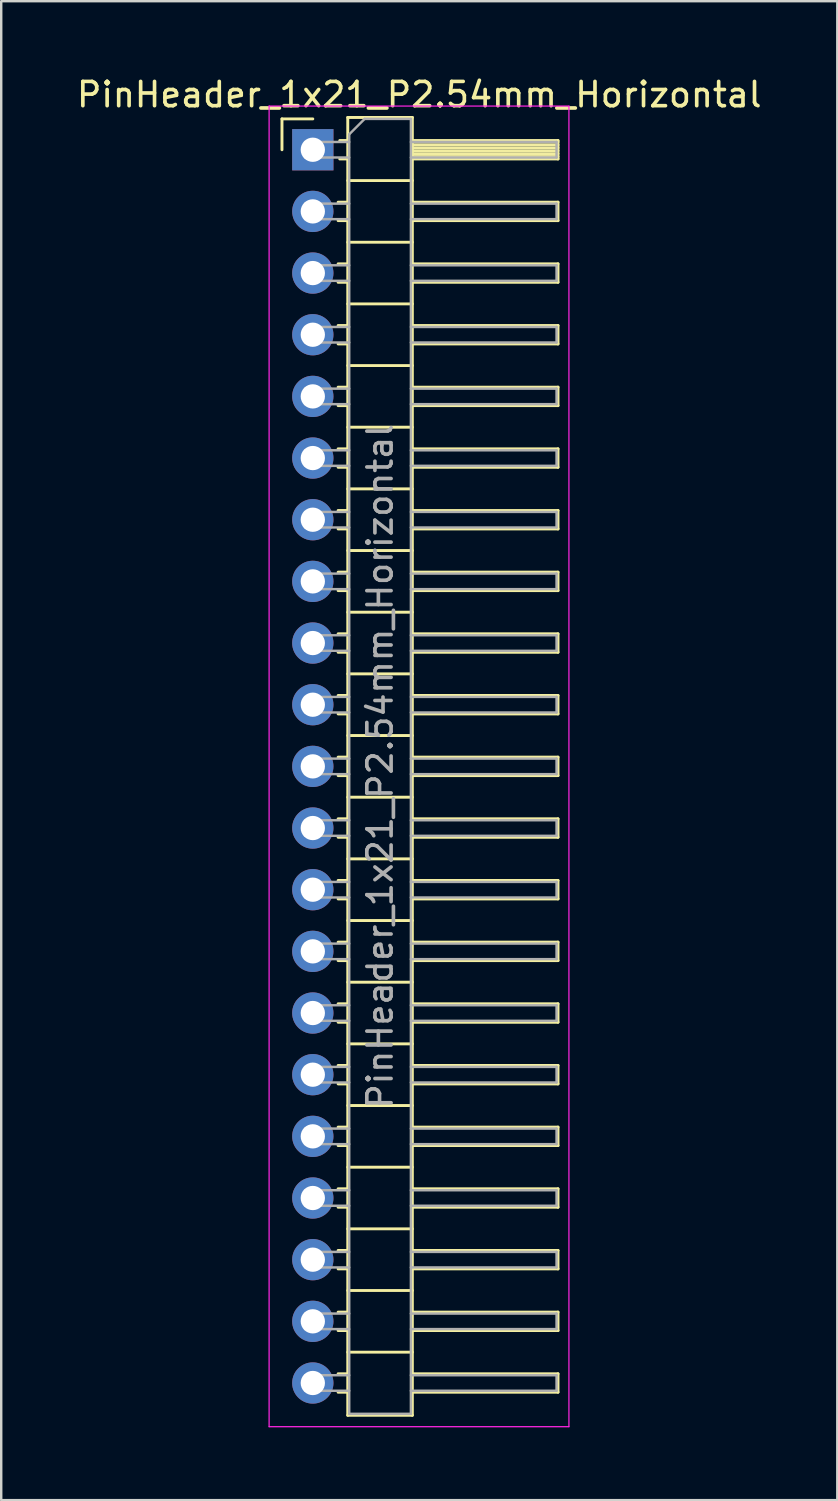
<source format=kicad_pcb>
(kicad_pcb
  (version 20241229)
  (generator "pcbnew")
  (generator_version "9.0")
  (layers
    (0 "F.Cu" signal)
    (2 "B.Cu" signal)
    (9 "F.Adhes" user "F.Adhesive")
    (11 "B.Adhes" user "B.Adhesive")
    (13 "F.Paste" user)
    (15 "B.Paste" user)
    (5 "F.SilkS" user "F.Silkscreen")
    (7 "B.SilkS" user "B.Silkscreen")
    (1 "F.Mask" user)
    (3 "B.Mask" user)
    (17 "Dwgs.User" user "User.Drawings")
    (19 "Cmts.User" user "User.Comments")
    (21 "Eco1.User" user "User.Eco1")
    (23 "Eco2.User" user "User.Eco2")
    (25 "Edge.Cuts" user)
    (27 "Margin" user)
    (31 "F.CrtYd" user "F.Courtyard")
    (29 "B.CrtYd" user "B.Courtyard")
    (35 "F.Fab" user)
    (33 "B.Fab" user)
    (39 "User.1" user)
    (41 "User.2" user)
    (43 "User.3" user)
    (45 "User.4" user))
  (footprint "PinHeader_1x21_P2.54mm_Horizontal"
    (layer "F.Cu")
    (at 9.835 3.118)
    (property "Reference" "PinHeader_1x21_P2.54mm_Horizontal" (at 4.385 -2.27 0) (layer "F.SilkS") (effects (font (size 1 1) (thickness 0.15))))
    (attr through_hole)
    (fp_line (start -1.27 -1.27) (end 0 -1.27) (stroke (width 0.12) (type solid)) (layer "F.SilkS"))
    (fp_line (start -1.27 0) (end -1.27 -1.27) (stroke (width 0.12) (type solid)) (layer "F.SilkS"))
    (fp_line (start 1.043 2.16) (end 1.44 2.16) (stroke (width 0.12) (type solid)) (layer "F.SilkS"))
    (fp_line (start 1.043 2.92) (end 1.44 2.92) (stroke (width 0.12) (type solid)) (layer "F.SilkS"))
    (fp_line (start 1.043 4.7) (end 1.44 4.7) (stroke (width 0.12) (type solid)) (layer "F.SilkS"))
    (fp_line (start 1.043 5.46) (end 1.44 5.46) (stroke (width 0.12) (type solid)) (layer "F.SilkS"))
    (fp_line (start 1.043 7.24) (end 1.44 7.24) (stroke (width 0.12) (type solid)) (layer "F.SilkS"))
    (fp_line (start 1.043 8) (end 1.44 8) (stroke (width 0.12) (type solid)) (layer "F.SilkS"))
    (fp_line (start 1.043 9.78) (end 1.44 9.78) (stroke (width 0.12) (type solid)) (layer "F.SilkS"))
    (fp_line (start 1.043 10.54) (end 1.44 10.54) (stroke (width 0.12) (type solid)) (layer "F.SilkS"))
    (fp_line (start 1.043 12.32) (end 1.44 12.32) (stroke (width 0.12) (type solid)) (layer "F.SilkS"))
    (fp_line (start 1.043 13.08) (end 1.44 13.08) (stroke (width 0.12) (type solid)) (layer "F.SilkS"))
    (fp_line (start 1.043 14.86) (end 1.44 14.86) (stroke (width 0.12) (type solid)) (layer "F.SilkS"))
    (fp_line (start 1.043 15.62) (end 1.44 15.62) (stroke (width 0.12) (type solid)) (layer "F.SilkS"))
    (fp_line (start 1.043 17.4) (end 1.44 17.4) (stroke (width 0.12) (type solid)) (layer "F.SilkS"))
    (fp_line (start 1.043 18.16) (end 1.44 18.16) (stroke (width 0.12) (type solid)) (layer "F.SilkS"))
    (fp_line (start 1.043 19.94) (end 1.44 19.94) (stroke (width 0.12) (type solid)) (layer "F.SilkS"))
    (fp_line (start 1.043 20.7) (end 1.44 20.7) (stroke (width 0.12) (type solid)) (layer "F.SilkS"))
    (fp_line (start 1.043 22.48) (end 1.44 22.48) (stroke (width 0.12) (type solid)) (layer "F.SilkS"))
    (fp_line (start 1.043 23.24) (end 1.44 23.24) (stroke (width 0.12) (type solid)) (layer "F.SilkS"))
    (fp_line (start 1.043 25.02) (end 1.44 25.02) (stroke (width 0.12) (type solid)) (layer "F.SilkS"))
    (fp_line (start 1.043 25.78) (end 1.44 25.78) (stroke (width 0.12) (type solid)) (layer "F.SilkS"))
    (fp_line (start 1.043 27.56) (end 1.44 27.56) (stroke (width 0.12) (type solid)) (layer "F.SilkS"))
    (fp_line (start 1.043 28.32) (end 1.44 28.32) (stroke (width 0.12) (type solid)) (layer "F.SilkS"))
    (fp_line (start 1.043 30.1) (end 1.44 30.1) (stroke (width 0.12) (type solid)) (layer "F.SilkS"))
    (fp_line (start 1.043 30.86) (end 1.44 30.86) (stroke (width 0.12) (type solid)) (layer "F.SilkS"))
    (fp_line (start 1.043 32.64) (end 1.44 32.64) (stroke (width 0.12) (type solid)) (layer "F.SilkS"))
    (fp_line (start 1.043 33.4) (end 1.44 33.4) (stroke (width 0.12) (type solid)) (layer "F.SilkS"))
    (fp_line (start 1.043 35.18) (end 1.44 35.18) (stroke (width 0.12) (type solid)) (layer "F.SilkS"))
    (fp_line (start 1.043 35.94) (end 1.44 35.94) (stroke (width 0.12) (type solid)) (layer "F.SilkS"))
    (fp_line (start 1.043 37.72) (end 1.44 37.72) (stroke (width 0.12) (type solid)) (layer "F.SilkS"))
    (fp_line (start 1.043 38.48) (end 1.44 38.48) (stroke (width 0.12) (type solid)) (layer "F.SilkS"))
    (fp_line (start 1.043 40.26) (end 1.44 40.26) (stroke (width 0.12) (type solid)) (layer "F.SilkS"))
    (fp_line (start 1.043 41.02) (end 1.44 41.02) (stroke (width 0.12) (type solid)) (layer "F.SilkS"))
    (fp_line (start 1.043 42.8) (end 1.44 42.8) (stroke (width 0.12) (type solid)) (layer "F.SilkS"))
    (fp_line (start 1.043 43.56) (end 1.44 43.56) (stroke (width 0.12) (type solid)) (layer "F.SilkS"))
    (fp_line (start 1.043 45.34) (end 1.44 45.34) (stroke (width 0.12) (type solid)) (layer "F.SilkS"))
    (fp_line (start 1.043 46.1) (end 1.44 46.1) (stroke (width 0.12) (type solid)) (layer "F.SilkS"))
    (fp_line (start 1.043 47.88) (end 1.44 47.88) (stroke (width 0.12) (type solid)) (layer "F.SilkS"))
    (fp_line (start 1.043 48.64) (end 1.44 48.64) (stroke (width 0.12) (type solid)) (layer "F.SilkS"))
    (fp_line (start 1.043 50.42) (end 1.44 50.42) (stroke (width 0.12) (type solid)) (layer "F.SilkS"))
    (fp_line (start 1.043 51.18) (end 1.44 51.18) (stroke (width 0.12) (type solid)) (layer "F.SilkS"))
    (fp_line (start 1.11 -0.38) (end 1.44 -0.38) (stroke (width 0.12) (type solid)) (layer "F.SilkS"))
    (fp_line (start 1.11 0.38) (end 1.44 0.38) (stroke (width 0.12) (type solid)) (layer "F.SilkS"))
    (fp_line (start 1.44 -1.33) (end 1.44 52.13) (stroke (width 0.12) (type solid)) (layer "F.SilkS"))
    (fp_line (start 1.44 1.27) (end 4.1 1.27) (stroke (width 0.12) (type solid)) (layer "F.SilkS"))
    (fp_line (start 1.44 3.81) (end 4.1 3.81) (stroke (width 0.12) (type solid)) (layer "F.SilkS"))
    (fp_line (start 1.44 6.35) (end 4.1 6.35) (stroke (width 0.12) (type solid)) (layer "F.SilkS"))
    (fp_line (start 1.44 8.89) (end 4.1 8.89) (stroke (width 0.12) (type solid)) (layer "F.SilkS"))
    (fp_line (start 1.44 11.43) (end 4.1 11.43) (stroke (width 0.12) (type solid)) (layer "F.SilkS"))
    (fp_line (start 1.44 13.97) (end 4.1 13.97) (stroke (width 0.12) (type solid)) (layer "F.SilkS"))
    (fp_line (start 1.44 16.51) (end 4.1 16.51) (stroke (width 0.12) (type solid)) (layer "F.SilkS"))
    (fp_line (start 1.44 19.05) (end 4.1 19.05) (stroke (width 0.12) (type solid)) (layer "F.SilkS"))
    (fp_line (start 1.44 21.59) (end 4.1 21.59) (stroke (width 0.12) (type solid)) (layer "F.SilkS"))
    (fp_line (start 1.44 24.13) (end 4.1 24.13) (stroke (width 0.12) (type solid)) (layer "F.SilkS"))
    (fp_line (start 1.44 26.67) (end 4.1 26.67) (stroke (width 0.12) (type solid)) (layer "F.SilkS"))
    (fp_line (start 1.44 29.21) (end 4.1 29.21) (stroke (width 0.12) (type solid)) (layer "F.SilkS"))
    (fp_line (start 1.44 31.75) (end 4.1 31.75) (stroke (width 0.12) (type solid)) (layer "F.SilkS"))
    (fp_line (start 1.44 34.29) (end 4.1 34.29) (stroke (width 0.12) (type solid)) (layer "F.SilkS"))
    (fp_line (start 1.44 36.83) (end 4.1 36.83) (stroke (width 0.12) (type solid)) (layer "F.SilkS"))
    (fp_line (start 1.44 39.37) (end 4.1 39.37) (stroke (width 0.12) (type solid)) (layer "F.SilkS"))
    (fp_line (start 1.44 41.91) (end 4.1 41.91) (stroke (width 0.12) (type solid)) (layer "F.SilkS"))
    (fp_line (start 1.44 44.45) (end 4.1 44.45) (stroke (width 0.12) (type solid)) (layer "F.SilkS"))
    (fp_line (start 1.44 46.99) (end 4.1 46.99) (stroke (width 0.12) (type solid)) (layer "F.SilkS"))
    (fp_line (start 1.44 49.53) (end 4.1 49.53) (stroke (width 0.12) (type solid)) (layer "F.SilkS"))
    (fp_line (start 1.44 52.13) (end 4.1 52.13) (stroke (width 0.12) (type solid)) (layer "F.SilkS"))
    (fp_line (start 4.1 -1.33) (end 1.44 -1.33) (stroke (width 0.12) (type solid)) (layer "F.SilkS"))
    (fp_line (start 4.1 -0.38) (end 10.1 -0.38) (stroke (width 0.12) (type solid)) (layer "F.SilkS"))
    (fp_line (start 4.1 -0.32) (end 10.1 -0.32) (stroke (width 0.12) (type solid)) (layer "F.SilkS"))
    (fp_line (start 4.1 -0.2) (end 10.1 -0.2) (stroke (width 0.12) (type solid)) (layer "F.SilkS"))
    (fp_line (start 4.1 -0.08) (end 10.1 -0.08) (stroke (width 0.12) (type solid)) (layer "F.SilkS"))
    (fp_line (start 4.1 0.04) (end 10.1 0.04) (stroke (width 0.12) (type solid)) (layer "F.SilkS"))
    (fp_line (start 4.1 0.16) (end 10.1 0.16) (stroke (width 0.12) (type solid)) (layer "F.SilkS"))
    (fp_line (start 4.1 0.28) (end 10.1 0.28) (stroke (width 0.12) (type solid)) (layer "F.SilkS"))
    (fp_line (start 4.1 2.16) (end 10.1 2.16) (stroke (width 0.12) (type solid)) (layer "F.SilkS"))
    (fp_line (start 4.1 4.7) (end 10.1 4.7) (stroke (width 0.12) (type solid)) (layer "F.SilkS"))
    (fp_line (start 4.1 7.24) (end 10.1 7.24) (stroke (width 0.12) (type solid)) (layer "F.SilkS"))
    (fp_line (start 4.1 9.78) (end 10.1 9.78) (stroke (width 0.12) (type solid)) (layer "F.SilkS"))
    (fp_line (start 4.1 12.32) (end 10.1 12.32) (stroke (width 0.12) (type solid)) (layer "F.SilkS"))
    (fp_line (start 4.1 14.86) (end 10.1 14.86) (stroke (width 0.12) (type solid)) (layer "F.SilkS"))
    (fp_line (start 4.1 17.4) (end 10.1 17.4) (stroke (width 0.12) (type solid)) (layer "F.SilkS"))
    (fp_line (start 4.1 19.94) (end 10.1 19.94) (stroke (width 0.12) (type solid)) (layer "F.SilkS"))
    (fp_line (start 4.1 22.48) (end 10.1 22.48) (stroke (width 0.12) (type solid)) (layer "F.SilkS"))
    (fp_line (start 4.1 25.02) (end 10.1 25.02) (stroke (width 0.12) (type solid)) (layer "F.SilkS"))
    (fp_line (start 4.1 27.56) (end 10.1 27.56) (stroke (width 0.12) (type solid)) (layer "F.SilkS"))
    (fp_line (start 4.1 30.1) (end 10.1 30.1) (stroke (width 0.12) (type solid)) (layer "F.SilkS"))
    (fp_line (start 4.1 32.64) (end 10.1 32.64) (stroke (width 0.12) (type solid)) (layer "F.SilkS"))
    (fp_line (start 4.1 35.18) (end 10.1 35.18) (stroke (width 0.12) (type solid)) (layer "F.SilkS"))
    (fp_line (start 4.1 37.72) (end 10.1 37.72) (stroke (width 0.12) (type solid)) (layer "F.SilkS"))
    (fp_line (start 4.1 40.26) (end 10.1 40.26) (stroke (width 0.12) (type solid)) (layer "F.SilkS"))
    (fp_line (start 4.1 42.8) (end 10.1 42.8) (stroke (width 0.12) (type solid)) (layer "F.SilkS"))
    (fp_line (start 4.1 45.34) (end 10.1 45.34) (stroke (width 0.12) (type solid)) (layer "F.SilkS"))
    (fp_line (start 4.1 47.88) (end 10.1 47.88) (stroke (width 0.12) (type solid)) (layer "F.SilkS"))
    (fp_line (start 4.1 50.42) (end 10.1 50.42) (stroke (width 0.12) (type solid)) (layer "F.SilkS"))
    (fp_line (start 4.1 52.13) (end 4.1 -1.33) (stroke (width 0.12) (type solid)) (layer "F.SilkS"))
    (fp_line (start 10.1 -0.38) (end 10.1 0.38) (stroke (width 0.12) (type solid)) (layer "F.SilkS"))
    (fp_line (start 10.1 0.38) (end 4.1 0.38) (stroke (width 0.12) (type solid)) (layer "F.SilkS"))
    (fp_line (start 10.1 2.16) (end 10.1 2.92) (stroke (width 0.12) (type solid)) (layer "F.SilkS"))
    (fp_line (start 10.1 2.92) (end 4.1 2.92) (stroke (width 0.12) (type solid)) (layer "F.SilkS"))
    (fp_line (start 10.1 4.7) (end 10.1 5.46) (stroke (width 0.12) (type solid)) (layer "F.SilkS"))
    (fp_line (start 10.1 5.46) (end 4.1 5.46) (stroke (width 0.12) (type solid)) (layer "F.SilkS"))
    (fp_line (start 10.1 7.24) (end 10.1 8) (stroke (width 0.12) (type solid)) (layer "F.SilkS"))
    (fp_line (start 10.1 8) (end 4.1 8) (stroke (width 0.12) (type solid)) (layer "F.SilkS"))
    (fp_line (start 10.1 9.78) (end 10.1 10.54) (stroke (width 0.12) (type solid)) (layer "F.SilkS"))
    (fp_line (start 10.1 10.54) (end 4.1 10.54) (stroke (width 0.12) (type solid)) (layer "F.SilkS"))
    (fp_line (start 10.1 12.32) (end 10.1 13.08) (stroke (width 0.12) (type solid)) (layer "F.SilkS"))
    (fp_line (start 10.1 13.08) (end 4.1 13.08) (stroke (width 0.12) (type solid)) (layer "F.SilkS"))
    (fp_line (start 10.1 14.86) (end 10.1 15.62) (stroke (width 0.12) (type solid)) (layer "F.SilkS"))
    (fp_line (start 10.1 15.62) (end 4.1 15.62) (stroke (width 0.12) (type solid)) (layer "F.SilkS"))
    (fp_line (start 10.1 17.4) (end 10.1 18.16) (stroke (width 0.12) (type solid)) (layer "F.SilkS"))
    (fp_line (start 10.1 18.16) (end 4.1 18.16) (stroke (width 0.12) (type solid)) (layer "F.SilkS"))
    (fp_line (start 10.1 19.94) (end 10.1 20.7) (stroke (width 0.12) (type solid)) (layer "F.SilkS"))
    (fp_line (start 10.1 20.7) (end 4.1 20.7) (stroke (width 0.12) (type solid)) (layer "F.SilkS"))
    (fp_line (start 10.1 22.48) (end 10.1 23.24) (stroke (width 0.12) (type solid)) (layer "F.SilkS"))
    (fp_line (start 10.1 23.24) (end 4.1 23.24) (stroke (width 0.12) (type solid)) (layer "F.SilkS"))
    (fp_line (start 10.1 25.02) (end 10.1 25.78) (stroke (width 0.12) (type solid)) (layer "F.SilkS"))
    (fp_line (start 10.1 25.78) (end 4.1 25.78) (stroke (width 0.12) (type solid)) (layer "F.SilkS"))
    (fp_line (start 10.1 27.56) (end 10.1 28.32) (stroke (width 0.12) (type solid)) (layer "F.SilkS"))
    (fp_line (start 10.1 28.32) (end 4.1 28.32) (stroke (width 0.12) (type solid)) (layer "F.SilkS"))
    (fp_line (start 10.1 30.1) (end 10.1 30.86) (stroke (width 0.12) (type solid)) (layer "F.SilkS"))
    (fp_line (start 10.1 30.86) (end 4.1 30.86) (stroke (width 0.12) (type solid)) (layer "F.SilkS"))
    (fp_line (start 10.1 32.64) (end 10.1 33.4) (stroke (width 0.12) (type solid)) (layer "F.SilkS"))
    (fp_line (start 10.1 33.4) (end 4.1 33.4) (stroke (width 0.12) (type solid)) (layer "F.SilkS"))
    (fp_line (start 10.1 35.18) (end 10.1 35.94) (stroke (width 0.12) (type solid)) (layer "F.SilkS"))
    (fp_line (start 10.1 35.94) (end 4.1 35.94) (stroke (width 0.12) (type solid)) (layer "F.SilkS"))
    (fp_line (start 10.1 37.72) (end 10.1 38.48) (stroke (width 0.12) (type solid)) (layer "F.SilkS"))
    (fp_line (start 10.1 38.48) (end 4.1 38.48) (stroke (width 0.12) (type solid)) (layer "F.SilkS"))
    (fp_line (start 10.1 40.26) (end 10.1 41.02) (stroke (width 0.12) (type solid)) (layer "F.SilkS"))
    (fp_line (start 10.1 41.02) (end 4.1 41.02) (stroke (width 0.12) (type solid)) (layer "F.SilkS"))
    (fp_line (start 10.1 42.8) (end 10.1 43.56) (stroke (width 0.12) (type solid)) (layer "F.SilkS"))
    (fp_line (start 10.1 43.56) (end 4.1 43.56) (stroke (width 0.12) (type solid)) (layer "F.SilkS"))
    (fp_line (start 10.1 45.34) (end 10.1 46.1) (stroke (width 0.12) (type solid)) (layer "F.SilkS"))
    (fp_line (start 10.1 46.1) (end 4.1 46.1) (stroke (width 0.12) (type solid)) (layer "F.SilkS"))
    (fp_line (start 10.1 47.88) (end 10.1 48.64) (stroke (width 0.12) (type solid)) (layer "F.SilkS"))
    (fp_line (start 10.1 48.64) (end 4.1 48.64) (stroke (width 0.12) (type solid)) (layer "F.SilkS"))
    (fp_line (start 10.1 50.42) (end 10.1 51.18) (stroke (width 0.12) (type solid)) (layer "F.SilkS"))
    (fp_line (start 10.1 51.18) (end 4.1 51.18) (stroke (width 0.12) (type solid)) (layer "F.SilkS"))
    (fp_line (start -1.8 -1.8) (end -1.8 52.6) (stroke (width 0.05) (type solid)) (layer "F.CrtYd"))
    (fp_line (start -1.8 52.6) (end 10.55 52.6) (stroke (width 0.05) (type solid)) (layer "F.CrtYd"))
    (fp_line (start 10.55 -1.8) (end -1.8 -1.8) (stroke (width 0.05) (type solid)) (layer "F.CrtYd"))
    (fp_line (start 10.55 52.6) (end 10.55 -1.8) (stroke (width 0.05) (type solid)) (layer "F.CrtYd"))
    (fp_line (start -0.32 -0.32) (end -0.32 0.32) (stroke (width 0.1) (type solid)) (layer "F.Fab"))
    (fp_line (start -0.32 -0.32) (end 1.5 -0.32) (stroke (width 0.1) (type solid)) (layer "F.Fab"))
    (fp_line (start -0.32 0.32) (end 1.5 0.32) (stroke (width 0.1) (type solid)) (layer "F.Fab"))
    (fp_line (start -0.32 2.22) (end -0.32 2.86) (stroke (width 0.1) (type solid)) (layer "F.Fab"))
    (fp_line (start -0.32 2.22) (end 1.5 2.22) (stroke (width 0.1) (type solid)) (layer "F.Fab"))
    (fp_line (start -0.32 2.86) (end 1.5 2.86) (stroke (width 0.1) (type solid)) (layer "F.Fab"))
    (fp_line (start -0.32 4.76) (end -0.32 5.4) (stroke (width 0.1) (type solid)) (layer "F.Fab"))
    (fp_line (start -0.32 4.76) (end 1.5 4.76) (stroke (width 0.1) (type solid)) (layer "F.Fab"))
    (fp_line (start -0.32 5.4) (end 1.5 5.4) (stroke (width 0.1) (type solid)) (layer "F.Fab"))
    (fp_line (start -0.32 7.3) (end -0.32 7.94) (stroke (width 0.1) (type solid)) (layer "F.Fab"))
    (fp_line (start -0.32 7.3) (end 1.5 7.3) (stroke (width 0.1) (type solid)) (layer "F.Fab"))
    (fp_line (start -0.32 7.94) (end 1.5 7.94) (stroke (width 0.1) (type solid)) (layer "F.Fab"))
    (fp_line (start -0.32 9.84) (end -0.32 10.48) (stroke (width 0.1) (type solid)) (layer "F.Fab"))
    (fp_line (start -0.32 9.84) (end 1.5 9.84) (stroke (width 0.1) (type solid)) (layer "F.Fab"))
    (fp_line (start -0.32 10.48) (end 1.5 10.48) (stroke (width 0.1) (type solid)) (layer "F.Fab"))
    (fp_line (start -0.32 12.38) (end -0.32 13.02) (stroke (width 0.1) (type solid)) (layer "F.Fab"))
    (fp_line (start -0.32 12.38) (end 1.5 12.38) (stroke (width 0.1) (type solid)) (layer "F.Fab"))
    (fp_line (start -0.32 13.02) (end 1.5 13.02) (stroke (width 0.1) (type solid)) (layer "F.Fab"))
    (fp_line (start -0.32 14.92) (end -0.32 15.56) (stroke (width 0.1) (type solid)) (layer "F.Fab"))
    (fp_line (start -0.32 14.92) (end 1.5 14.92) (stroke (width 0.1) (type solid)) (layer "F.Fab"))
    (fp_line (start -0.32 15.56) (end 1.5 15.56) (stroke (width 0.1) (type solid)) (layer "F.Fab"))
    (fp_line (start -0.32 17.46) (end -0.32 18.1) (stroke (width 0.1) (type solid)) (layer "F.Fab"))
    (fp_line (start -0.32 17.46) (end 1.5 17.46) (stroke (width 0.1) (type solid)) (layer "F.Fab"))
    (fp_line (start -0.32 18.1) (end 1.5 18.1) (stroke (width 0.1) (type solid)) (layer "F.Fab"))
    (fp_line (start -0.32 20) (end -0.32 20.64) (stroke (width 0.1) (type solid)) (layer "F.Fab"))
    (fp_line (start -0.32 20) (end 1.5 20) (stroke (width 0.1) (type solid)) (layer "F.Fab"))
    (fp_line (start -0.32 20.64) (end 1.5 20.64) (stroke (width 0.1) (type solid)) (layer "F.Fab"))
    (fp_line (start -0.32 22.54) (end -0.32 23.18) (stroke (width 0.1) (type solid)) (layer "F.Fab"))
    (fp_line (start -0.32 22.54) (end 1.5 22.54) (stroke (width 0.1) (type solid)) (layer "F.Fab"))
    (fp_line (start -0.32 23.18) (end 1.5 23.18) (stroke (width 0.1) (type solid)) (layer "F.Fab"))
    (fp_line (start -0.32 25.08) (end -0.32 25.72) (stroke (width 0.1) (type solid)) (layer "F.Fab"))
    (fp_line (start -0.32 25.08) (end 1.5 25.08) (stroke (width 0.1) (type solid)) (layer "F.Fab"))
    (fp_line (start -0.32 25.72) (end 1.5 25.72) (stroke (width 0.1) (type solid)) (layer "F.Fab"))
    (fp_line (start -0.32 27.62) (end -0.32 28.26) (stroke (width 0.1) (type solid)) (layer "F.Fab"))
    (fp_line (start -0.32 27.62) (end 1.5 27.62) (stroke (width 0.1) (type solid)) (layer "F.Fab"))
    (fp_line (start -0.32 28.26) (end 1.5 28.26) (stroke (width 0.1) (type solid)) (layer "F.Fab"))
    (fp_line (start -0.32 30.16) (end -0.32 30.8) (stroke (width 0.1) (type solid)) (layer "F.Fab"))
    (fp_line (start -0.32 30.16) (end 1.5 30.16) (stroke (width 0.1) (type solid)) (layer "F.Fab"))
    (fp_line (start -0.32 30.8) (end 1.5 30.8) (stroke (width 0.1) (type solid)) (layer "F.Fab"))
    (fp_line (start -0.32 32.7) (end -0.32 33.34) (stroke (width 0.1) (type solid)) (layer "F.Fab"))
    (fp_line (start -0.32 32.7) (end 1.5 32.7) (stroke (width 0.1) (type solid)) (layer "F.Fab"))
    (fp_line (start -0.32 33.34) (end 1.5 33.34) (stroke (width 0.1) (type solid)) (layer "F.Fab"))
    (fp_line (start -0.32 35.24) (end -0.32 35.88) (stroke (width 0.1) (type solid)) (layer "F.Fab"))
    (fp_line (start -0.32 35.24) (end 1.5 35.24) (stroke (width 0.1) (type solid)) (layer "F.Fab"))
    (fp_line (start -0.32 35.88) (end 1.5 35.88) (stroke (width 0.1) (type solid)) (layer "F.Fab"))
    (fp_line (start -0.32 37.78) (end -0.32 38.42) (stroke (width 0.1) (type solid)) (layer "F.Fab"))
    (fp_line (start -0.32 37.78) (end 1.5 37.78) (stroke (width 0.1) (type solid)) (layer "F.Fab"))
    (fp_line (start -0.32 38.42) (end 1.5 38.42) (stroke (width 0.1) (type solid)) (layer "F.Fab"))
    (fp_line (start -0.32 40.32) (end -0.32 40.96) (stroke (width 0.1) (type solid)) (layer "F.Fab"))
    (fp_line (start -0.32 40.32) (end 1.5 40.32) (stroke (width 0.1) (type solid)) (layer "F.Fab"))
    (fp_line (start -0.32 40.96) (end 1.5 40.96) (stroke (width 0.1) (type solid)) (layer "F.Fab"))
    (fp_line (start -0.32 42.86) (end -0.32 43.5) (stroke (width 0.1) (type solid)) (layer "F.Fab"))
    (fp_line (start -0.32 42.86) (end 1.5 42.86) (stroke (width 0.1) (type solid)) (layer "F.Fab"))
    (fp_line (start -0.32 43.5) (end 1.5 43.5) (stroke (width 0.1) (type solid)) (layer "F.Fab"))
    (fp_line (start -0.32 45.4) (end -0.32 46.04) (stroke (width 0.1) (type solid)) (layer "F.Fab"))
    (fp_line (start -0.32 45.4) (end 1.5 45.4) (stroke (width 0.1) (type solid)) (layer "F.Fab"))
    (fp_line (start -0.32 46.04) (end 1.5 46.04) (stroke (width 0.1) (type solid)) (layer "F.Fab"))
    (fp_line (start -0.32 47.94) (end -0.32 48.58) (stroke (width 0.1) (type solid)) (layer "F.Fab"))
    (fp_line (start -0.32 47.94) (end 1.5 47.94) (stroke (width 0.1) (type solid)) (layer "F.Fab"))
    (fp_line (start -0.32 48.58) (end 1.5 48.58) (stroke (width 0.1) (type solid)) (layer "F.Fab"))
    (fp_line (start -0.32 50.48) (end -0.32 51.12) (stroke (width 0.1) (type solid)) (layer "F.Fab"))
    (fp_line (start -0.32 50.48) (end 1.5 50.48) (stroke (width 0.1) (type solid)) (layer "F.Fab"))
    (fp_line (start -0.32 51.12) (end 1.5 51.12) (stroke (width 0.1) (type solid)) (layer "F.Fab"))
    (fp_line (start 1.5 -0.635) (end 2.135 -1.27) (stroke (width 0.1) (type solid)) (layer "F.Fab"))
    (fp_line (start 1.5 52.07) (end 1.5 -0.635) (stroke (width 0.1) (type solid)) (layer "F.Fab"))
    (fp_line (start 2.135 -1.27) (end 4.04 -1.27) (stroke (width 0.1) (type solid)) (layer "F.Fab"))
    (fp_line (start 4.04 -1.27) (end 4.04 52.07) (stroke (width 0.1) (type solid)) (layer "F.Fab"))
    (fp_line (start 4.04 -0.32) (end 10.04 -0.32) (stroke (width 0.1) (type solid)) (layer "F.Fab"))
    (fp_line (start 4.04 0.32) (end 10.04 0.32) (stroke (width 0.1) (type solid)) (layer "F.Fab"))
    (fp_line (start 4.04 2.22) (end 10.04 2.22) (stroke (width 0.1) (type solid)) (layer "F.Fab"))
    (fp_line (start 4.04 2.86) (end 10.04 2.86) (stroke (width 0.1) (type solid)) (layer "F.Fab"))
    (fp_line (start 4.04 4.76) (end 10.04 4.76) (stroke (width 0.1) (type solid)) (layer "F.Fab"))
    (fp_line (start 4.04 5.4) (end 10.04 5.4) (stroke (width 0.1) (type solid)) (layer "F.Fab"))
    (fp_line (start 4.04 7.3) (end 10.04 7.3) (stroke (width 0.1) (type solid)) (layer "F.Fab"))
    (fp_line (start 4.04 7.94) (end 10.04 7.94) (stroke (width 0.1) (type solid)) (layer "F.Fab"))
    (fp_line (start 4.04 9.84) (end 10.04 9.84) (stroke (width 0.1) (type solid)) (layer "F.Fab"))
    (fp_line (start 4.04 10.48) (end 10.04 10.48) (stroke (width 0.1) (type solid)) (layer "F.Fab"))
    (fp_line (start 4.04 12.38) (end 10.04 12.38) (stroke (width 0.1) (type solid)) (layer "F.Fab"))
    (fp_line (start 4.04 13.02) (end 10.04 13.02) (stroke (width 0.1) (type solid)) (layer "F.Fab"))
    (fp_line (start 4.04 14.92) (end 10.04 14.92) (stroke (width 0.1) (type solid)) (layer "F.Fab"))
    (fp_line (start 4.04 15.56) (end 10.04 15.56) (stroke (width 0.1) (type solid)) (layer "F.Fab"))
    (fp_line (start 4.04 17.46) (end 10.04 17.46) (stroke (width 0.1) (type solid)) (layer "F.Fab"))
    (fp_line (start 4.04 18.1) (end 10.04 18.1) (stroke (width 0.1) (type solid)) (layer "F.Fab"))
    (fp_line (start 4.04 20) (end 10.04 20) (stroke (width 0.1) (type solid)) (layer "F.Fab"))
    (fp_line (start 4.04 20.64) (end 10.04 20.64) (stroke (width 0.1) (type solid)) (layer "F.Fab"))
    (fp_line (start 4.04 22.54) (end 10.04 22.54) (stroke (width 0.1) (type solid)) (layer "F.Fab"))
    (fp_line (start 4.04 23.18) (end 10.04 23.18) (stroke (width 0.1) (type solid)) (layer "F.Fab"))
    (fp_line (start 4.04 25.08) (end 10.04 25.08) (stroke (width 0.1) (type solid)) (layer "F.Fab"))
    (fp_line (start 4.04 25.72) (end 10.04 25.72) (stroke (width 0.1) (type solid)) (layer "F.Fab"))
    (fp_line (start 4.04 27.62) (end 10.04 27.62) (stroke (width 0.1) (type solid)) (layer "F.Fab"))
    (fp_line (start 4.04 28.26) (end 10.04 28.26) (stroke (width 0.1) (type solid)) (layer "F.Fab"))
    (fp_line (start 4.04 30.16) (end 10.04 30.16) (stroke (width 0.1) (type solid)) (layer "F.Fab"))
    (fp_line (start 4.04 30.8) (end 10.04 30.8) (stroke (width 0.1) (type solid)) (layer "F.Fab"))
    (fp_line (start 4.04 32.7) (end 10.04 32.7) (stroke (width 0.1) (type solid)) (layer "F.Fab"))
    (fp_line (start 4.04 33.34) (end 10.04 33.34) (stroke (width 0.1) (type solid)) (layer "F.Fab"))
    (fp_line (start 4.04 35.24) (end 10.04 35.24) (stroke (width 0.1) (type solid)) (layer "F.Fab"))
    (fp_line (start 4.04 35.88) (end 10.04 35.88) (stroke (width 0.1) (type solid)) (layer "F.Fab"))
    (fp_line (start 4.04 37.78) (end 10.04 37.78) (stroke (width 0.1) (type solid)) (layer "F.Fab"))
    (fp_line (start 4.04 38.42) (end 10.04 38.42) (stroke (width 0.1) (type solid)) (layer "F.Fab"))
    (fp_line (start 4.04 40.32) (end 10.04 40.32) (stroke (width 0.1) (type solid)) (layer "F.Fab"))
    (fp_line (start 4.04 40.96) (end 10.04 40.96) (stroke (width 0.1) (type solid)) (layer "F.Fab"))
    (fp_line (start 4.04 42.86) (end 10.04 42.86) (stroke (width 0.1) (type solid)) (layer "F.Fab"))
    (fp_line (start 4.04 43.5) (end 10.04 43.5) (stroke (width 0.1) (type solid)) (layer "F.Fab"))
    (fp_line (start 4.04 45.4) (end 10.04 45.4) (stroke (width 0.1) (type solid)) (layer "F.Fab"))
    (fp_line (start 4.04 46.04) (end 10.04 46.04) (stroke (width 0.1) (type solid)) (layer "F.Fab"))
    (fp_line (start 4.04 47.94) (end 10.04 47.94) (stroke (width 0.1) (type solid)) (layer "F.Fab"))
    (fp_line (start 4.04 48.58) (end 10.04 48.58) (stroke (width 0.1) (type solid)) (layer "F.Fab"))
    (fp_line (start 4.04 50.48) (end 10.04 50.48) (stroke (width 0.1) (type solid)) (layer "F.Fab"))
    (fp_line (start 4.04 51.12) (end 10.04 51.12) (stroke (width 0.1) (type solid)) (layer "F.Fab"))
    (fp_line (start 4.04 52.07) (end 1.5 52.07) (stroke (width 0.1) (type solid)) (layer "F.Fab"))
    (fp_line (start 10.04 -0.32) (end 10.04 0.32) (stroke (width 0.1) (type solid)) (layer "F.Fab"))
    (fp_line (start 10.04 2.22) (end 10.04 2.86) (stroke (width 0.1) (type solid)) (layer "F.Fab"))
    (fp_line (start 10.04 4.76) (end 10.04 5.4) (stroke (width 0.1) (type solid)) (layer "F.Fab"))
    (fp_line (start 10.04 7.3) (end 10.04 7.94) (stroke (width 0.1) (type solid)) (layer "F.Fab"))
    (fp_line (start 10.04 9.84) (end 10.04 10.48) (stroke (width 0.1) (type solid)) (layer "F.Fab"))
    (fp_line (start 10.04 12.38) (end 10.04 13.02) (stroke (width 0.1) (type solid)) (layer "F.Fab"))
    (fp_line (start 10.04 14.92) (end 10.04 15.56) (stroke (width 0.1) (type solid)) (layer "F.Fab"))
    (fp_line (start 10.04 17.46) (end 10.04 18.1) (stroke (width 0.1) (type solid)) (layer "F.Fab"))
    (fp_line (start 10.04 20) (end 10.04 20.64) (stroke (width 0.1) (type solid)) (layer "F.Fab"))
    (fp_line (start 10.04 22.54) (end 10.04 23.18) (stroke (width 0.1) (type solid)) (layer "F.Fab"))
    (fp_line (start 10.04 25.08) (end 10.04 25.72) (stroke (width 0.1) (type solid)) (layer "F.Fab"))
    (fp_line (start 10.04 27.62) (end 10.04 28.26) (stroke (width 0.1) (type solid)) (layer "F.Fab"))
    (fp_line (start 10.04 30.16) (end 10.04 30.8) (stroke (width 0.1) (type solid)) (layer "F.Fab"))
    (fp_line (start 10.04 32.7) (end 10.04 33.34) (stroke (width 0.1) (type solid)) (layer "F.Fab"))
    (fp_line (start 10.04 35.24) (end 10.04 35.88) (stroke (width 0.1) (type solid)) (layer "F.Fab"))
    (fp_line (start 10.04 37.78) (end 10.04 38.42) (stroke (width 0.1) (type solid)) (layer "F.Fab"))
    (fp_line (start 10.04 40.32) (end 10.04 40.96) (stroke (width 0.1) (type solid)) (layer "F.Fab"))
    (fp_line (start 10.04 42.86) (end 10.04 43.5) (stroke (width 0.1) (type solid)) (layer "F.Fab"))
    (fp_line (start 10.04 45.4) (end 10.04 46.04) (stroke (width 0.1) (type solid)) (layer "F.Fab"))
    (fp_line (start 10.04 47.94) (end 10.04 48.58) (stroke (width 0.1) (type solid)) (layer "F.Fab"))
    (fp_line (start 10.04 50.48) (end 10.04 51.12) (stroke (width 0.1) (type solid)) (layer "F.Fab"))
    (fp_text user "${REFERENCE}" (at 2.77 25.4 90) (layer "F.Fab") (effects (font (size 1 1) (thickness 0.15))))
    (pad "1" thru_hole rect (at 0 0) (size 1.7 1.7) (drill 1) (layers "*.Cu" "*.Mask"))
    (pad "2" thru_hole oval (at 0 2.54) (size 1.7 1.7) (drill 1) (layers "*.Cu" "*.Mask"))
    (pad "3" thru_hole oval (at 0 5.08) (size 1.7 1.7) (drill 1) (layers "*.Cu" "*.Mask"))
    (pad "4" thru_hole oval (at 0 7.62) (size 1.7 1.7) (drill 1) (layers "*.Cu" "*.Mask"))
    (pad "5" thru_hole oval (at 0 10.16) (size 1.7 1.7) (drill 1) (layers "*.Cu" "*.Mask"))
    (pad "6" thru_hole oval (at 0 12.7) (size 1.7 1.7) (drill 1) (layers "*.Cu" "*.Mask"))
    (pad "7" thru_hole oval (at 0 15.24) (size 1.7 1.7) (drill 1) (layers "*.Cu" "*.Mask"))
    (pad "8" thru_hole oval (at 0 17.78) (size 1.7 1.7) (drill 1) (layers "*.Cu" "*.Mask"))
    (pad "9" thru_hole oval (at 0 20.32) (size 1.7 1.7) (drill 1) (layers "*.Cu" "*.Mask"))
    (pad "10" thru_hole oval (at 0 22.86) (size 1.7 1.7) (drill 1) (layers "*.Cu" "*.Mask"))
    (pad "11" thru_hole oval (at 0 25.4) (size 1.7 1.7) (drill 1) (layers "*.Cu" "*.Mask"))
    (pad "12" thru_hole oval (at 0 27.94) (size 1.7 1.7) (drill 1) (layers "*.Cu" "*.Mask"))
    (pad "13" thru_hole oval (at 0 30.48) (size 1.7 1.7) (drill 1) (layers "*.Cu" "*.Mask"))
    (pad "14" thru_hole oval (at 0 33.02) (size 1.7 1.7) (drill 1) (layers "*.Cu" "*.Mask"))
    (pad "15" thru_hole oval (at 0 35.56) (size 1.7 1.7) (drill 1) (layers "*.Cu" "*.Mask"))
    (pad "16" thru_hole oval (at 0 38.1) (size 1.7 1.7) (drill 1) (layers "*.Cu" "*.Mask"))
    (pad "17" thru_hole oval (at 0 40.64) (size 1.7 1.7) (drill 1) (layers "*.Cu" "*.Mask"))
    (pad "18" thru_hole oval (at 0 43.18) (size 1.7 1.7) (drill 1) (layers "*.Cu" "*.Mask"))
    (pad "19" thru_hole oval (at 0 45.72) (size 1.7 1.7) (drill 1) (layers "*.Cu" "*.Mask"))
    (pad "20" thru_hole oval (at 0 48.26) (size 1.7 1.7) (drill 1) (layers "*.Cu" "*.Mask"))
    (pad "21" thru_hole oval (at 0 50.8) (size 1.7 1.7) (drill 1) (layers "*.Cu" "*.Mask")))
  (gr_rect
    (start -3 -3)
    (end 31.44 58.743)
    (stroke (width 0.1) (type default))
    (fill no)
    (layer "Edge.Cuts")))
</source>
